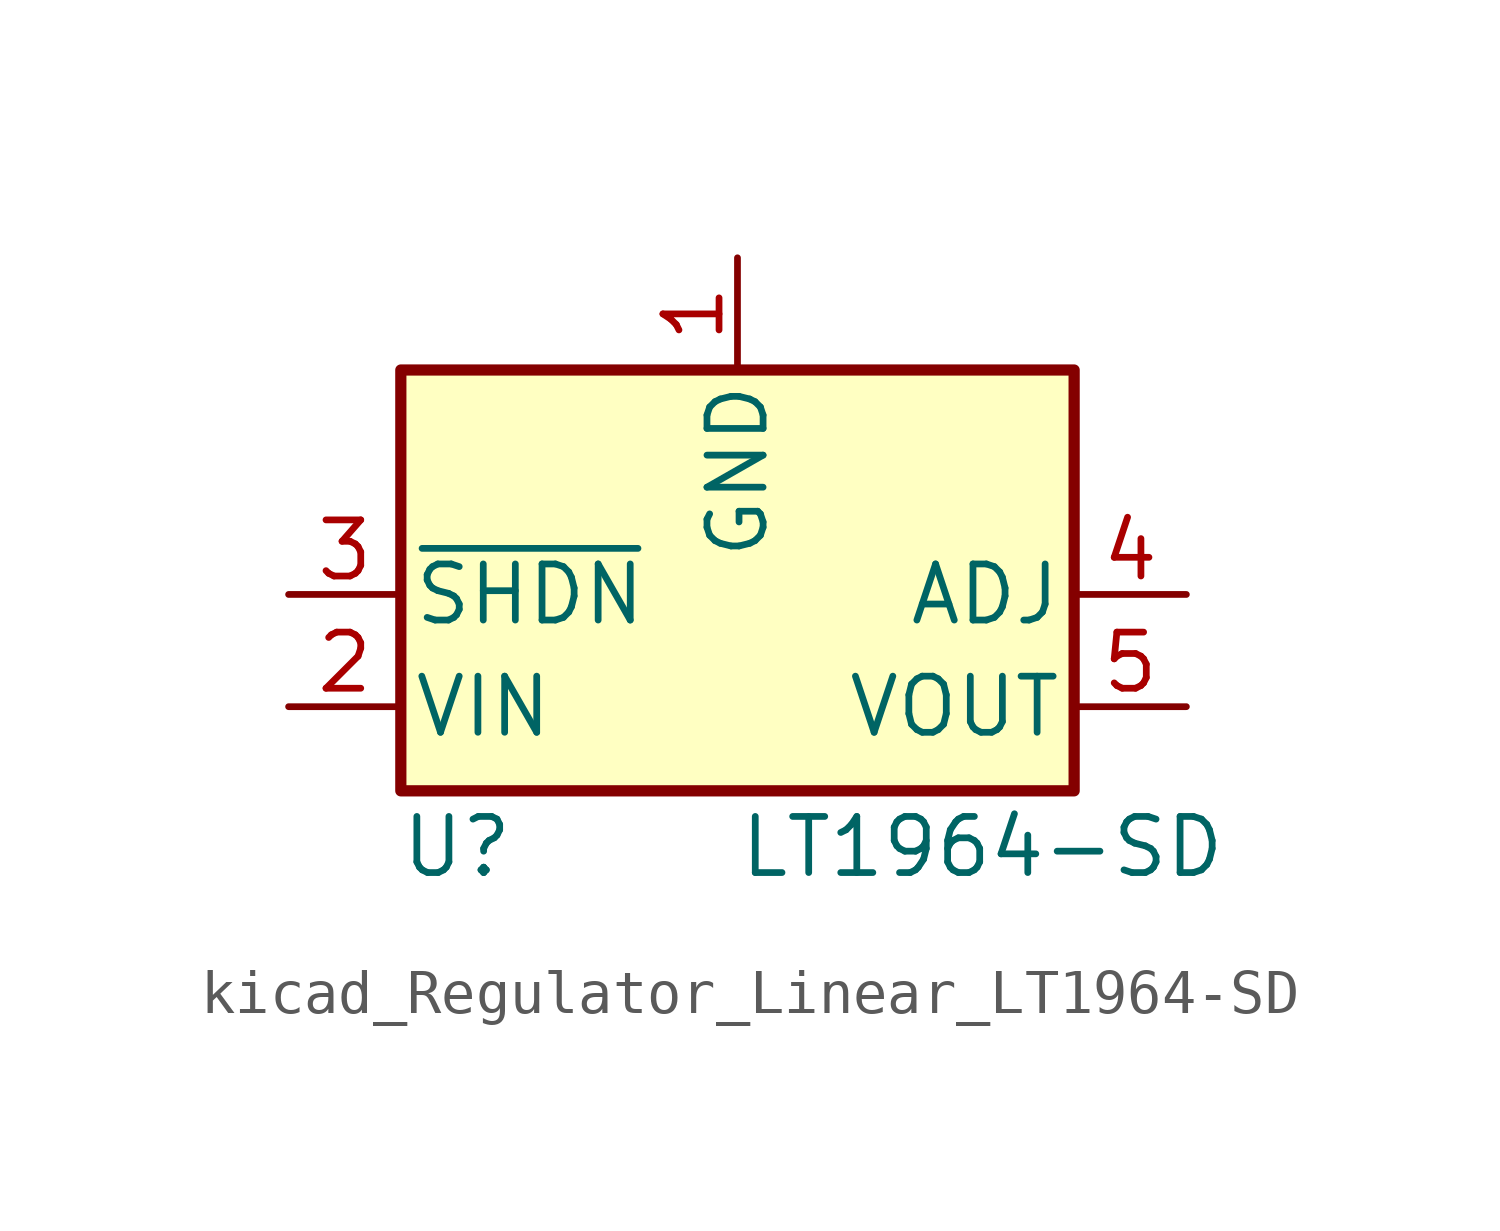
<source format=kicad_sym>
(kicad_symbol_lib
  (version 20220914)
  (generator kicad_symbol_editor)
  (symbol "kicad_Regulator_Linear_LT1964-SD"
    (pin_names
      (offset 0.254))
    (property "Reference" "U"
      (at -6.35 -5.715 0)
      (effects (font (size 1.27 1.27))))
    (property "Value" "LT1964-SD"
      (at 0 -5.715 0)
      (effects (font (size 1.27 1.27)) (justify left)))
    (symbol "kicad_Regulator_Linear_LT1964-SD_0_1"
      (rectangle (start -7.62 5.08) (end 7.62 -4.445) (stroke (width 0.254) (type default)) (fill (type background))))
    (symbol "kicad_Regulator_Linear_LT1964-SD_1_1"
      (pin power_in line (at 0 7.62 270) (length 2.54) (name "GND" (effects (font (size 1.27 1.27)))) (number "1" (effects (font (size 1.27 1.27)))))
      (pin power_in line (at -10.16 -2.54 0) (length 2.54) (name "VIN" (effects (font (size 1.27 1.27)))) (number "2" (effects (font (size 1.27 1.27)))))
      (pin input line (at -10.16 0 0) (length 2.54) (name "~{SHDN}" (effects (font (size 1.27 1.27)))) (number "3" (effects (font (size 1.27 1.27)))))
      (pin input line (at 10.16 0 180) (length 2.54) (name "ADJ" (effects (font (size 1.27 1.27)))) (number "4" (effects (font (size 1.27 1.27)))))
      (pin power_out line (at 10.16 -2.54 180) (length 2.54) (name "VOUT" (effects (font (size 1.27 1.27)))) (number "5" (effects (font (size 1.27 1.27))))))))
</source>
